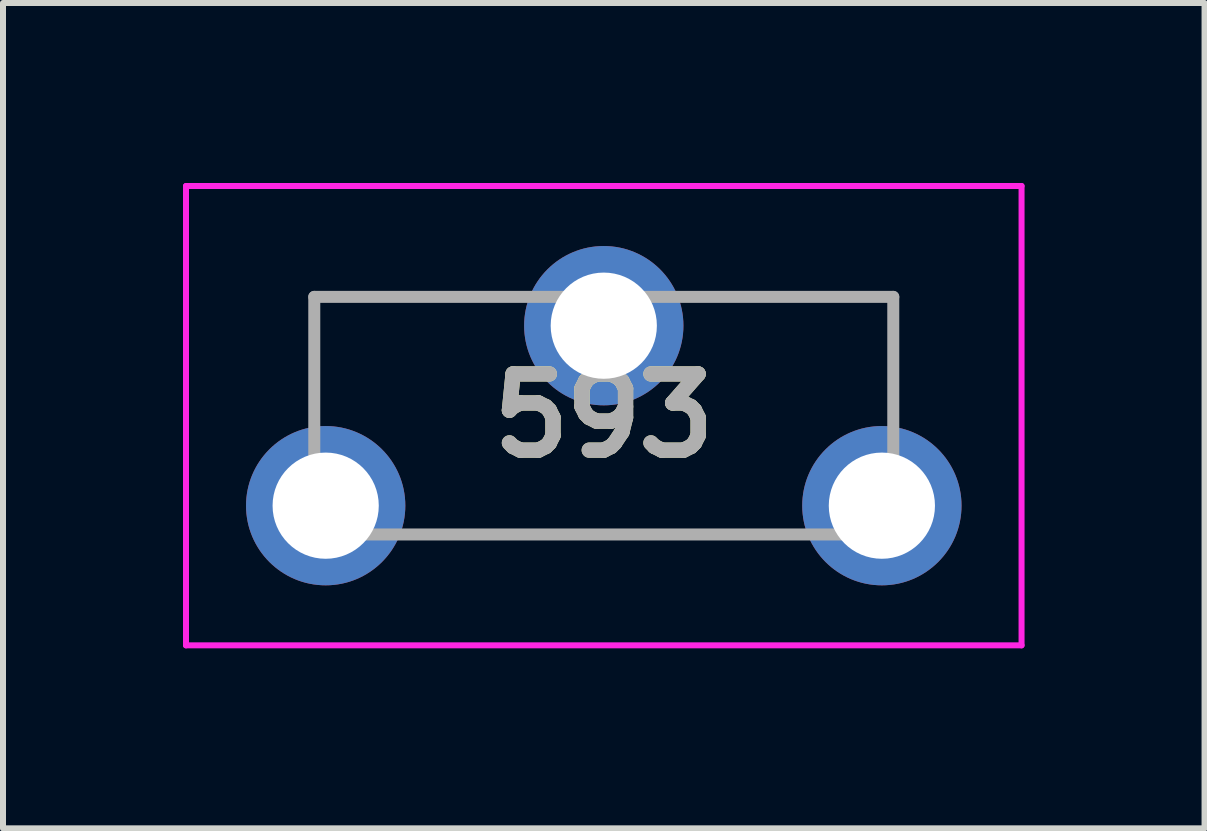
<source format=kicad_pcb>
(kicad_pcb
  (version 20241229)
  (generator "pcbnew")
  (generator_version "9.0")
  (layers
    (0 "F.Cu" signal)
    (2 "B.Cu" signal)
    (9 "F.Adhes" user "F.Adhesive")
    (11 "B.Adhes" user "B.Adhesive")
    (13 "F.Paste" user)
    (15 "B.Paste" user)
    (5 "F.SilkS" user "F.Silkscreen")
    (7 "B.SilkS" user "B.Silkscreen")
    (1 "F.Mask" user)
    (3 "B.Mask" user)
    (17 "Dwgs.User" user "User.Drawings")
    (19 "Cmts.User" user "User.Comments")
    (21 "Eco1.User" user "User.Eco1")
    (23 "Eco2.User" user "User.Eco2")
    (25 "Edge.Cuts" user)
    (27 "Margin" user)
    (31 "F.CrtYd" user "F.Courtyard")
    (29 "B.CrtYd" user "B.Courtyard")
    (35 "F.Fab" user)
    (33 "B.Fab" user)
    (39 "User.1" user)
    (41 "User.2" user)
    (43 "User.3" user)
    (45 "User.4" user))
  (footprint "593"
    (layer "F.Cu")
    (at 7.013 3.878)
    (property "Reference" "593" (at 0 0 0) (layer "F.SilkS") (effects (font (size 1.27 1.27) (thickness 0.254))))
    (attr through_hole)
    (fp_line (start -4.825 -1.98) (end -4.825 -1) (stroke (width 0.1) (type solid)) (layer "F.SilkS"))
    (fp_line (start -4.825 -1) (end -4.825 0) (stroke (width 0.1) (type solid)) (layer "F.SilkS"))
    (fp_line (start -3 1.98) (end 3 2) (stroke (width 0.1) (type solid)) (layer "F.SilkS"))
    (fp_line (start -2 -1.98) (end -4.825 -1.98) (stroke (width 0.1) (type solid)) (layer "F.SilkS"))
    (fp_line (start 2 -1.98) (end 4.825 -2) (stroke (width 0.1) (type solid)) (layer "F.SilkS"))
    (fp_line (start 4.825 -2) (end 4.825 0) (stroke (width 0.1) (type solid)) (layer "F.SilkS"))
    (fp_line (start -6.963 -3.828) (end 6.963 -3.828) (stroke (width 0.1) (type solid)) (layer "F.CrtYd"))
    (fp_line (start -6.963 3.828) (end -6.963 -3.828) (stroke (width 0.1) (type solid)) (layer "F.CrtYd"))
    (fp_line (start 6.963 -3.828) (end 6.963 3.828) (stroke (width 0.1) (type solid)) (layer "F.CrtYd"))
    (fp_line (start 6.963 3.828) (end -6.963 3.828) (stroke (width 0.1) (type solid)) (layer "F.CrtYd"))
    (fp_line (start -4.825 -1.98) (end 4.825 -1.98) (stroke (width 0.2) (type solid)) (layer "F.Fab"))
    (fp_line (start -4.825 1.98) (end -4.825 -1.98) (stroke (width 0.2) (type solid)) (layer "F.Fab"))
    (fp_line (start 4.825 -1.98) (end 4.825 1.98) (stroke (width 0.2) (type solid)) (layer "F.Fab"))
    (fp_line (start 4.825 1.98) (end -4.825 1.98) (stroke (width 0.2) (type solid)) (layer "F.Fab"))
    (fp_text user "${REFERENCE}" (at 0 0 0) (layer "F.Fab") (effects (font (size 1.27 1.27) (thickness 0.254))))
    (pad "1" thru_hole circle (at -4.635 1.5) (size 2.655 2.655) (drill 1.77) (layers "*.Cu" "*.Mask"))
    (pad "2" thru_hole circle (at 4.635 1.5) (size 2.655 2.655) (drill 1.77) (layers "*.Cu" "*.Mask"))
    (pad "3" thru_hole circle (at 0 -1.5) (size 2.655 2.655) (drill 1.77) (layers "*.Cu" "*.Mask")))
  (gr_rect
    (start -3 -3)
    (end 17.026 10.756)
    (stroke (width 0.1) (type default))
    (fill no)
    (layer "Edge.Cuts")))
</source>
